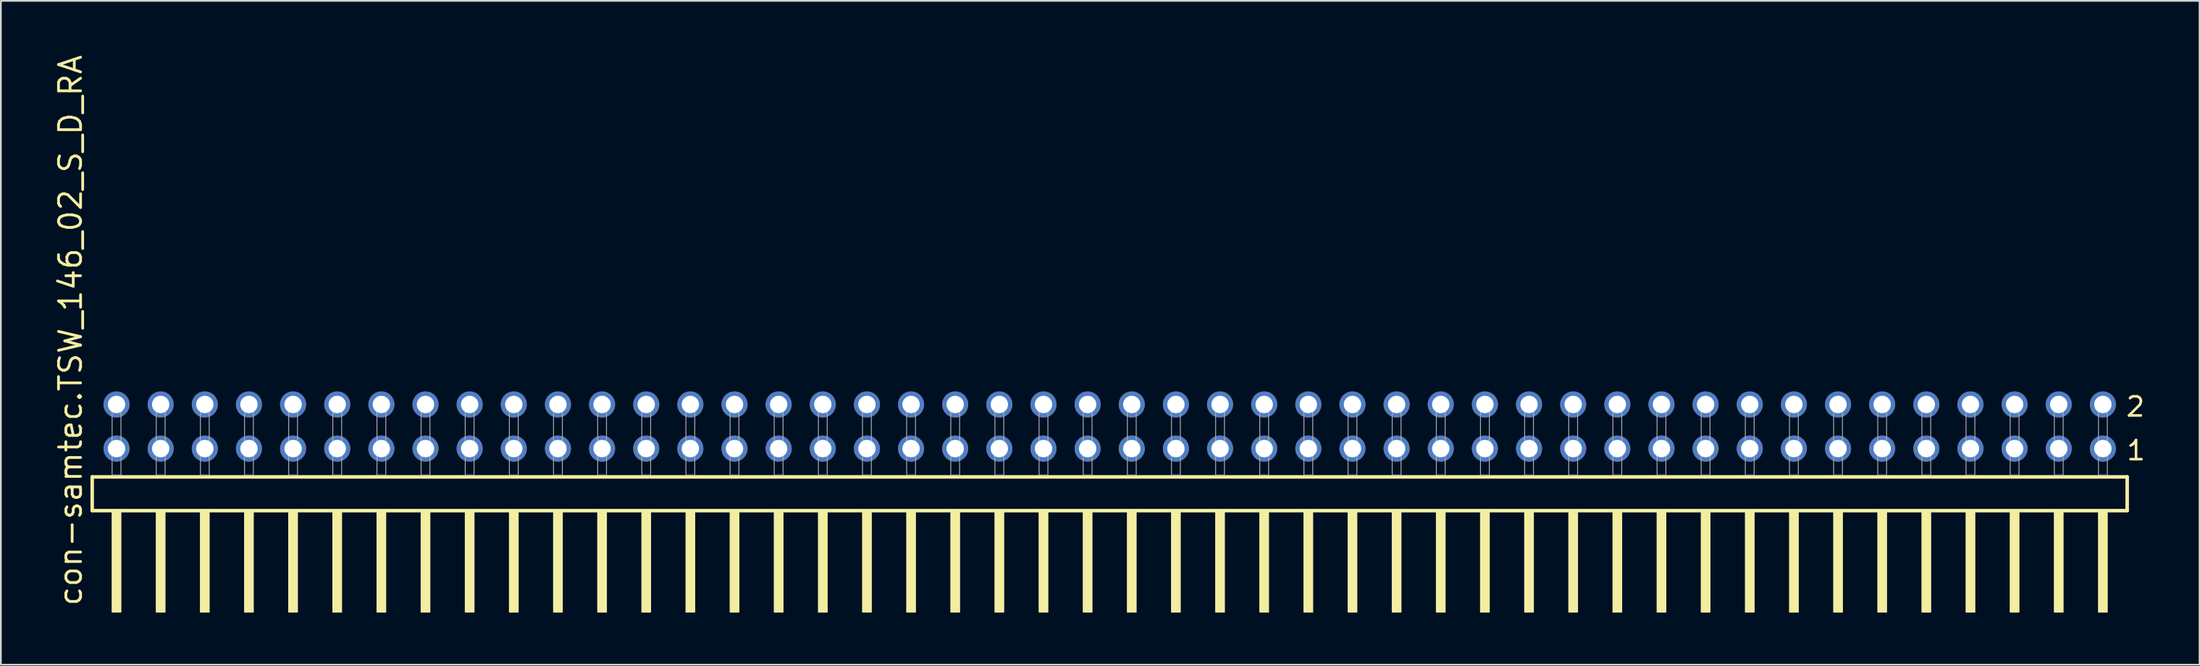
<source format=kicad_pcb>
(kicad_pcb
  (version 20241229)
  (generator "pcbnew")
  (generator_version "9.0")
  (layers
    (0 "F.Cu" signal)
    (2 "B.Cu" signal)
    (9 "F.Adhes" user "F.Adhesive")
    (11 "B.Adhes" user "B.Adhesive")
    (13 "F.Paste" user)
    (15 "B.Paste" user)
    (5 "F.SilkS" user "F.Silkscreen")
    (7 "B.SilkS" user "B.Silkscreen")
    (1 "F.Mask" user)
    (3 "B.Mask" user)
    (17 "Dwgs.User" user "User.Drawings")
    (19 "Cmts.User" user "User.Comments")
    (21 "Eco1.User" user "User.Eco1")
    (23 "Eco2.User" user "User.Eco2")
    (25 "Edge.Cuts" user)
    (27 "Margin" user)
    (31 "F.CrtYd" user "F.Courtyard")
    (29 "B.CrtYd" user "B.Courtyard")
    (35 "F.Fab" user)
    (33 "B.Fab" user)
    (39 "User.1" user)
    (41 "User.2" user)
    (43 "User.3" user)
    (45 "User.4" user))
  (footprint "con-samtec.TSW_146_02_S_D_RA"
    (layer "F.Cu")
    (at 60.805 24.296)
    (property "Reference" "con-samtec.TSW_146_02_S_D_RA" (at -59.055 7.62 90) (layer "F.SilkS") (effects (font (size 1.27 1.27) (thickness 0.16)) (justify left bottom)))
    (attr through_hole)
    (fp_line (start -58.549 0.106) (end -58.549 2.046) (stroke (width 0.203) (type default)) (layer "F.SilkS"))
    (fp_line (start -58.549 2.046) (end 58.549 2.046) (stroke (width 0.203) (type default)) (layer "F.SilkS"))
    (fp_line (start 58.549 0.106) (end -58.549 0.106) (stroke (width 0.203) (type default)) (layer "F.SilkS"))
    (fp_line (start 58.549 2.046) (end 58.549 0.106) (stroke (width 0.203) (type default)) (layer "F.SilkS"))
    (fp_rect (start -57.404 7.89) (end -56.896 2.04) (stroke (width 0.05) (type default)) (fill yes) (layer "F.SilkS"))
    (fp_rect (start -54.864 7.89) (end -54.356 2.04) (stroke (width 0.05) (type default)) (fill yes) (layer "F.SilkS"))
    (fp_rect (start -52.324 7.89) (end -51.816 2.04) (stroke (width 0.05) (type default)) (fill yes) (layer "F.SilkS"))
    (fp_rect (start -49.784 7.89) (end -49.276 2.04) (stroke (width 0.05) (type default)) (fill yes) (layer "F.SilkS"))
    (fp_rect (start -47.244 7.89) (end -46.736 2.04) (stroke (width 0.05) (type default)) (fill yes) (layer "F.SilkS"))
    (fp_rect (start -44.704 7.89) (end -44.196 2.04) (stroke (width 0.05) (type default)) (fill yes) (layer "F.SilkS"))
    (fp_rect (start -42.164 7.89) (end -41.656 2.04) (stroke (width 0.05) (type default)) (fill yes) (layer "F.SilkS"))
    (fp_rect (start -39.624 7.89) (end -39.116 2.04) (stroke (width 0.05) (type default)) (fill yes) (layer "F.SilkS"))
    (fp_rect (start -37.084 7.89) (end -36.576 2.04) (stroke (width 0.05) (type default)) (fill yes) (layer "F.SilkS"))
    (fp_rect (start -34.544 7.89) (end -34.036 2.04) (stroke (width 0.05) (type default)) (fill yes) (layer "F.SilkS"))
    (fp_rect (start -32.004 7.89) (end -31.496 2.04) (stroke (width 0.05) (type default)) (fill yes) (layer "F.SilkS"))
    (fp_rect (start -29.464 7.89) (end -28.956 2.04) (stroke (width 0.05) (type default)) (fill yes) (layer "F.SilkS"))
    (fp_rect (start -26.924 7.89) (end -26.416 2.04) (stroke (width 0.05) (type default)) (fill yes) (layer "F.SilkS"))
    (fp_rect (start -24.384 7.89) (end -23.876 2.04) (stroke (width 0.05) (type default)) (fill yes) (layer "F.SilkS"))
    (fp_rect (start -21.844 7.89) (end -21.336 2.04) (stroke (width 0.05) (type default)) (fill yes) (layer "F.SilkS"))
    (fp_rect (start -19.304 7.89) (end -18.796 2.04) (stroke (width 0.05) (type default)) (fill yes) (layer "F.SilkS"))
    (fp_rect (start -16.764 7.89) (end -16.256 2.04) (stroke (width 0.05) (type default)) (fill yes) (layer "F.SilkS"))
    (fp_rect (start -14.224 7.89) (end -13.716 2.04) (stroke (width 0.05) (type default)) (fill yes) (layer "F.SilkS"))
    (fp_rect (start -11.684 7.89) (end -11.176 2.04) (stroke (width 0.05) (type default)) (fill yes) (layer "F.SilkS"))
    (fp_rect (start -9.144 7.89) (end -8.636 2.04) (stroke (width 0.05) (type default)) (fill yes) (layer "F.SilkS"))
    (fp_rect (start -6.604 7.89) (end -6.096 2.04) (stroke (width 0.05) (type default)) (fill yes) (layer "F.SilkS"))
    (fp_rect (start -4.064 7.89) (end -3.556 2.04) (stroke (width 0.05) (type default)) (fill yes) (layer "F.SilkS"))
    (fp_rect (start -1.524 7.89) (end -1.016 2.04) (stroke (width 0.05) (type default)) (fill yes) (layer "F.SilkS"))
    (fp_rect (start 1.016 7.89) (end 1.524 2.04) (stroke (width 0.05) (type default)) (fill yes) (layer "F.SilkS"))
    (fp_rect (start 3.556 7.89) (end 4.064 2.04) (stroke (width 0.05) (type default)) (fill yes) (layer "F.SilkS"))
    (fp_rect (start 6.096 7.89) (end 6.604 2.04) (stroke (width 0.05) (type default)) (fill yes) (layer "F.SilkS"))
    (fp_rect (start 8.636 7.89) (end 9.144 2.04) (stroke (width 0.05) (type default)) (fill yes) (layer "F.SilkS"))
    (fp_rect (start 11.176 7.89) (end 11.684 2.04) (stroke (width 0.05) (type default)) (fill yes) (layer "F.SilkS"))
    (fp_rect (start 13.716 7.89) (end 14.224 2.04) (stroke (width 0.05) (type default)) (fill yes) (layer "F.SilkS"))
    (fp_rect (start 16.256 7.89) (end 16.764 2.04) (stroke (width 0.05) (type default)) (fill yes) (layer "F.SilkS"))
    (fp_rect (start 18.796 7.89) (end 19.304 2.04) (stroke (width 0.05) (type default)) (fill yes) (layer "F.SilkS"))
    (fp_rect (start 21.336 7.89) (end 21.844 2.04) (stroke (width 0.05) (type default)) (fill yes) (layer "F.SilkS"))
    (fp_rect (start 23.876 7.89) (end 24.384 2.04) (stroke (width 0.05) (type default)) (fill yes) (layer "F.SilkS"))
    (fp_rect (start 26.416 7.89) (end 26.924 2.04) (stroke (width 0.05) (type default)) (fill yes) (layer "F.SilkS"))
    (fp_rect (start 28.956 7.89) (end 29.464 2.04) (stroke (width 0.05) (type default)) (fill yes) (layer "F.SilkS"))
    (fp_rect (start 31.496 7.89) (end 32.004 2.04) (stroke (width 0.05) (type default)) (fill yes) (layer "F.SilkS"))
    (fp_rect (start 34.036 7.89) (end 34.544 2.04) (stroke (width 0.05) (type default)) (fill yes) (layer "F.SilkS"))
    (fp_rect (start 36.576 7.89) (end 37.084 2.04) (stroke (width 0.05) (type default)) (fill yes) (layer "F.SilkS"))
    (fp_rect (start 39.116 7.89) (end 39.624 2.04) (stroke (width 0.05) (type default)) (fill yes) (layer "F.SilkS"))
    (fp_rect (start 41.656 7.89) (end 42.164 2.04) (stroke (width 0.05) (type default)) (fill yes) (layer "F.SilkS"))
    (fp_rect (start 44.196 7.89) (end 44.704 2.04) (stroke (width 0.05) (type default)) (fill yes) (layer "F.SilkS"))
    (fp_rect (start 46.736 7.89) (end 47.244 2.04) (stroke (width 0.05) (type default)) (fill yes) (layer "F.SilkS"))
    (fp_rect (start 49.276 7.89) (end 49.784 2.04) (stroke (width 0.05) (type default)) (fill yes) (layer "F.SilkS"))
    (fp_rect (start 51.816 7.89) (end 52.324 2.04) (stroke (width 0.05) (type default)) (fill yes) (layer "F.SilkS"))
    (fp_rect (start 54.356 7.89) (end 54.864 2.04) (stroke (width 0.05) (type default)) (fill yes) (layer "F.SilkS"))
    (fp_rect (start 56.896 7.89) (end 57.404 2.04) (stroke (width 0.05) (type default)) (fill yes) (layer "F.SilkS"))
    (fp_rect (start -57.404 0) (end -56.896 -4.318) (stroke (width 0.05) (type default)) (fill no) (layer "F.Fab"))
    (fp_rect (start -54.864 0) (end -54.356 -4.318) (stroke (width 0.05) (type default)) (fill no) (layer "F.Fab"))
    (fp_rect (start -52.324 0) (end -51.816 -4.318) (stroke (width 0.05) (type default)) (fill no) (layer "F.Fab"))
    (fp_rect (start -49.784 0) (end -49.276 -4.318) (stroke (width 0.05) (type default)) (fill no) (layer "F.Fab"))
    (fp_rect (start -47.244 0) (end -46.736 -4.318) (stroke (width 0.05) (type default)) (fill no) (layer "F.Fab"))
    (fp_rect (start -44.704 0) (end -44.196 -4.318) (stroke (width 0.05) (type default)) (fill no) (layer "F.Fab"))
    (fp_rect (start -42.164 0) (end -41.656 -4.318) (stroke (width 0.05) (type default)) (fill no) (layer "F.Fab"))
    (fp_rect (start -39.624 0) (end -39.116 -4.318) (stroke (width 0.05) (type default)) (fill no) (layer "F.Fab"))
    (fp_rect (start -37.084 0) (end -36.576 -4.318) (stroke (width 0.05) (type default)) (fill no) (layer "F.Fab"))
    (fp_rect (start -34.544 0) (end -34.036 -4.318) (stroke (width 0.05) (type default)) (fill no) (layer "F.Fab"))
    (fp_rect (start -32.004 0) (end -31.496 -4.318) (stroke (width 0.05) (type default)) (fill no) (layer "F.Fab"))
    (fp_rect (start -29.464 0) (end -28.956 -4.318) (stroke (width 0.05) (type default)) (fill no) (layer "F.Fab"))
    (fp_rect (start -26.924 0) (end -26.416 -4.318) (stroke (width 0.05) (type default)) (fill no) (layer "F.Fab"))
    (fp_rect (start -24.384 0) (end -23.876 -4.318) (stroke (width 0.05) (type default)) (fill no) (layer "F.Fab"))
    (fp_rect (start -21.844 0) (end -21.336 -4.318) (stroke (width 0.05) (type default)) (fill no) (layer "F.Fab"))
    (fp_rect (start -19.304 0) (end -18.796 -4.318) (stroke (width 0.05) (type default)) (fill no) (layer "F.Fab"))
    (fp_rect (start -16.764 0) (end -16.256 -4.318) (stroke (width 0.05) (type default)) (fill no) (layer "F.Fab"))
    (fp_rect (start -14.224 0) (end -13.716 -4.318) (stroke (width 0.05) (type default)) (fill no) (layer "F.Fab"))
    (fp_rect (start -11.684 0) (end -11.176 -4.318) (stroke (width 0.05) (type default)) (fill no) (layer "F.Fab"))
    (fp_rect (start -9.144 0) (end -8.636 -4.318) (stroke (width 0.05) (type default)) (fill no) (layer "F.Fab"))
    (fp_rect (start -6.604 0) (end -6.096 -4.318) (stroke (width 0.05) (type default)) (fill no) (layer "F.Fab"))
    (fp_rect (start -4.064 0) (end -3.556 -4.318) (stroke (width 0.05) (type default)) (fill no) (layer "F.Fab"))
    (fp_rect (start -1.524 0) (end -1.016 -4.318) (stroke (width 0.05) (type default)) (fill no) (layer "F.Fab"))
    (fp_rect (start 1.016 0) (end 1.524 -4.318) (stroke (width 0.05) (type default)) (fill no) (layer "F.Fab"))
    (fp_rect (start 3.556 0) (end 4.064 -4.318) (stroke (width 0.05) (type default)) (fill no) (layer "F.Fab"))
    (fp_rect (start 6.096 0) (end 6.604 -4.318) (stroke (width 0.05) (type default)) (fill no) (layer "F.Fab"))
    (fp_rect (start 8.636 0) (end 9.144 -4.318) (stroke (width 0.05) (type default)) (fill no) (layer "F.Fab"))
    (fp_rect (start 11.176 0) (end 11.684 -4.318) (stroke (width 0.05) (type default)) (fill no) (layer "F.Fab"))
    (fp_rect (start 13.716 0) (end 14.224 -4.318) (stroke (width 0.05) (type default)) (fill no) (layer "F.Fab"))
    (fp_rect (start 16.256 0) (end 16.764 -4.318) (stroke (width 0.05) (type default)) (fill no) (layer "F.Fab"))
    (fp_rect (start 18.796 0) (end 19.304 -4.318) (stroke (width 0.05) (type default)) (fill no) (layer "F.Fab"))
    (fp_rect (start 21.336 0) (end 21.844 -4.318) (stroke (width 0.05) (type default)) (fill no) (layer "F.Fab"))
    (fp_rect (start 23.876 0) (end 24.384 -4.318) (stroke (width 0.05) (type default)) (fill no) (layer "F.Fab"))
    (fp_rect (start 26.416 0) (end 26.924 -4.318) (stroke (width 0.05) (type default)) (fill no) (layer "F.Fab"))
    (fp_rect (start 28.956 0) (end 29.464 -4.318) (stroke (width 0.05) (type default)) (fill no) (layer "F.Fab"))
    (fp_rect (start 31.496 0) (end 32.004 -4.318) (stroke (width 0.05) (type default)) (fill no) (layer "F.Fab"))
    (fp_rect (start 34.036 0) (end 34.544 -4.318) (stroke (width 0.05) (type default)) (fill no) (layer "F.Fab"))
    (fp_rect (start 36.576 0) (end 37.084 -4.318) (stroke (width 0.05) (type default)) (fill no) (layer "F.Fab"))
    (fp_rect (start 39.116 0) (end 39.624 -4.318) (stroke (width 0.05) (type default)) (fill no) (layer "F.Fab"))
    (fp_rect (start 41.656 0) (end 42.164 -4.318) (stroke (width 0.05) (type default)) (fill no) (layer "F.Fab"))
    (fp_rect (start 44.196 0) (end 44.704 -4.318) (stroke (width 0.05) (type default)) (fill no) (layer "F.Fab"))
    (fp_rect (start 46.736 0) (end 47.244 -4.318) (stroke (width 0.05) (type default)) (fill no) (layer "F.Fab"))
    (fp_rect (start 49.276 0) (end 49.784 -4.318) (stroke (width 0.05) (type default)) (fill no) (layer "F.Fab"))
    (fp_rect (start 51.816 0) (end 52.324 -4.318) (stroke (width 0.05) (type default)) (fill no) (layer "F.Fab"))
    (fp_rect (start 54.356 0) (end 54.864 -4.318) (stroke (width 0.05) (type default)) (fill no) (layer "F.Fab"))
    (fp_rect (start 56.896 0) (end 57.404 -4.318) (stroke (width 0.05) (type default)) (fill no) (layer "F.Fab"))
    (fp_text user "2" (at 58.4 -3.29 0) (layer "F.SilkS") (effects (font (size 1.1 1.1) (thickness 0.15)) (justify left bottom)))
    (fp_text user "1" (at 58.435 -0.775 0) (layer "F.SilkS") (effects (font (size 1.1 1.1) (thickness 0.15)) (justify left bottom)))
    (pad "1" thru_hole circle (at 57.15 -1.524 180) (size 1.5 1.5) (drill 1) (layers "*.Cu" "*.Mask"))
    (pad "2" thru_hole circle (at 57.15 -4.064 180) (size 1.5 1.5) (drill 1) (layers "*.Cu" "*.Mask"))
    (pad "3" thru_hole circle (at 54.61 -1.524 180) (size 1.5 1.5) (drill 1) (layers "*.Cu" "*.Mask"))
    (pad "4" thru_hole circle (at 54.61 -4.064 180) (size 1.5 1.5) (drill 1) (layers "*.Cu" "*.Mask"))
    (pad "5" thru_hole circle (at 52.07 -1.524 180) (size 1.5 1.5) (drill 1) (layers "*.Cu" "*.Mask"))
    (pad "6" thru_hole circle (at 52.07 -4.064 180) (size 1.5 1.5) (drill 1) (layers "*.Cu" "*.Mask"))
    (pad "7" thru_hole circle (at 49.53 -1.524 180) (size 1.5 1.5) (drill 1) (layers "*.Cu" "*.Mask"))
    (pad "8" thru_hole circle (at 49.53 -4.064 180) (size 1.5 1.5) (drill 1) (layers "*.Cu" "*.Mask"))
    (pad "9" thru_hole circle (at 46.99 -1.524 180) (size 1.5 1.5) (drill 1) (layers "*.Cu" "*.Mask"))
    (pad "10" thru_hole circle (at 46.99 -4.064 180) (size 1.5 1.5) (drill 1) (layers "*.Cu" "*.Mask"))
    (pad "11" thru_hole circle (at 44.45 -1.524 180) (size 1.5 1.5) (drill 1) (layers "*.Cu" "*.Mask"))
    (pad "12" thru_hole circle (at 44.45 -4.064 180) (size 1.5 1.5) (drill 1) (layers "*.Cu" "*.Mask"))
    (pad "13" thru_hole circle (at 41.91 -1.524 180) (size 1.5 1.5) (drill 1) (layers "*.Cu" "*.Mask"))
    (pad "14" thru_hole circle (at 41.91 -4.064 180) (size 1.5 1.5) (drill 1) (layers "*.Cu" "*.Mask"))
    (pad "15" thru_hole circle (at 39.37 -1.524 180) (size 1.5 1.5) (drill 1) (layers "*.Cu" "*.Mask"))
    (pad "16" thru_hole circle (at 39.37 -4.064 180) (size 1.5 1.5) (drill 1) (layers "*.Cu" "*.Mask"))
    (pad "17" thru_hole circle (at 36.83 -1.524 180) (size 1.5 1.5) (drill 1) (layers "*.Cu" "*.Mask"))
    (pad "18" thru_hole circle (at 36.83 -4.064 180) (size 1.5 1.5) (drill 1) (layers "*.Cu" "*.Mask"))
    (pad "19" thru_hole circle (at 34.29 -1.524 180) (size 1.5 1.5) (drill 1) (layers "*.Cu" "*.Mask"))
    (pad "20" thru_hole circle (at 34.29 -4.064 180) (size 1.5 1.5) (drill 1) (layers "*.Cu" "*.Mask"))
    (pad "21" thru_hole circle (at 31.75 -1.524 180) (size 1.5 1.5) (drill 1) (layers "*.Cu" "*.Mask"))
    (pad "22" thru_hole circle (at 31.75 -4.064 180) (size 1.5 1.5) (drill 1) (layers "*.Cu" "*.Mask"))
    (pad "23" thru_hole circle (at 29.21 -1.524 180) (size 1.5 1.5) (drill 1) (layers "*.Cu" "*.Mask"))
    (pad "24" thru_hole circle (at 29.21 -4.064 180) (size 1.5 1.5) (drill 1) (layers "*.Cu" "*.Mask"))
    (pad "25" thru_hole circle (at 26.67 -1.524 180) (size 1.5 1.5) (drill 1) (layers "*.Cu" "*.Mask"))
    (pad "26" thru_hole circle (at 26.67 -4.064 180) (size 1.5 1.5) (drill 1) (layers "*.Cu" "*.Mask"))
    (pad "27" thru_hole circle (at 24.13 -1.524 180) (size 1.5 1.5) (drill 1) (layers "*.Cu" "*.Mask"))
    (pad "28" thru_hole circle (at 24.13 -4.064 180) (size 1.5 1.5) (drill 1) (layers "*.Cu" "*.Mask"))
    (pad "29" thru_hole circle (at 21.59 -1.524 180) (size 1.5 1.5) (drill 1) (layers "*.Cu" "*.Mask"))
    (pad "30" thru_hole circle (at 21.59 -4.064 180) (size 1.5 1.5) (drill 1) (layers "*.Cu" "*.Mask"))
    (pad "31" thru_hole circle (at 19.05 -1.524 180) (size 1.5 1.5) (drill 1) (layers "*.Cu" "*.Mask"))
    (pad "32" thru_hole circle (at 19.05 -4.064 180) (size 1.5 1.5) (drill 1) (layers "*.Cu" "*.Mask"))
    (pad "33" thru_hole circle (at 16.51 -1.524 180) (size 1.5 1.5) (drill 1) (layers "*.Cu" "*.Mask"))
    (pad "34" thru_hole circle (at 16.51 -4.064 180) (size 1.5 1.5) (drill 1) (layers "*.Cu" "*.Mask"))
    (pad "35" thru_hole circle (at 13.97 -1.524 180) (size 1.5 1.5) (drill 1) (layers "*.Cu" "*.Mask"))
    (pad "36" thru_hole circle (at 13.97 -4.064 180) (size 1.5 1.5) (drill 1) (layers "*.Cu" "*.Mask"))
    (pad "37" thru_hole circle (at 11.43 -1.524 180) (size 1.5 1.5) (drill 1) (layers "*.Cu" "*.Mask"))
    (pad "38" thru_hole circle (at 11.43 -4.064 180) (size 1.5 1.5) (drill 1) (layers "*.Cu" "*.Mask"))
    (pad "39" thru_hole circle (at 8.89 -1.524 180) (size 1.5 1.5) (drill 1) (layers "*.Cu" "*.Mask"))
    (pad "40" thru_hole circle (at 8.89 -4.064 180) (size 1.5 1.5) (drill 1) (layers "*.Cu" "*.Mask"))
    (pad "41" thru_hole circle (at 6.35 -1.524 180) (size 1.5 1.5) (drill 1) (layers "*.Cu" "*.Mask"))
    (pad "42" thru_hole circle (at 6.35 -4.064 180) (size 1.5 1.5) (drill 1) (layers "*.Cu" "*.Mask"))
    (pad "43" thru_hole circle (at 3.81 -1.524 180) (size 1.5 1.5) (drill 1) (layers "*.Cu" "*.Mask"))
    (pad "44" thru_hole circle (at 3.81 -4.064 180) (size 1.5 1.5) (drill 1) (layers "*.Cu" "*.Mask"))
    (pad "45" thru_hole circle (at 1.27 -1.524 180) (size 1.5 1.5) (drill 1) (layers "*.Cu" "*.Mask"))
    (pad "46" thru_hole circle (at 1.27 -4.064 180) (size 1.5 1.5) (drill 1) (layers "*.Cu" "*.Mask"))
    (pad "47" thru_hole circle (at -1.27 -1.524 180) (size 1.5 1.5) (drill 1) (layers "*.Cu" "*.Mask"))
    (pad "48" thru_hole circle (at -1.27 -4.064 180) (size 1.5 1.5) (drill 1) (layers "*.Cu" "*.Mask"))
    (pad "49" thru_hole circle (at -3.81 -1.524 180) (size 1.5 1.5) (drill 1) (layers "*.Cu" "*.Mask"))
    (pad "50" thru_hole circle (at -3.81 -4.064 180) (size 1.5 1.5) (drill 1) (layers "*.Cu" "*.Mask"))
    (pad "51" thru_hole circle (at -6.35 -1.524 180) (size 1.5 1.5) (drill 1) (layers "*.Cu" "*.Mask"))
    (pad "52" thru_hole circle (at -6.35 -4.064 180) (size 1.5 1.5) (drill 1) (layers "*.Cu" "*.Mask"))
    (pad "53" thru_hole circle (at -8.89 -1.524 180) (size 1.5 1.5) (drill 1) (layers "*.Cu" "*.Mask"))
    (pad "54" thru_hole circle (at -8.89 -4.064 180) (size 1.5 1.5) (drill 1) (layers "*.Cu" "*.Mask"))
    (pad "55" thru_hole circle (at -11.43 -1.524 180) (size 1.5 1.5) (drill 1) (layers "*.Cu" "*.Mask"))
    (pad "56" thru_hole circle (at -11.43 -4.064 180) (size 1.5 1.5) (drill 1) (layers "*.Cu" "*.Mask"))
    (pad "57" thru_hole circle (at -13.97 -1.524 180) (size 1.5 1.5) (drill 1) (layers "*.Cu" "*.Mask"))
    (pad "58" thru_hole circle (at -13.97 -4.064 180) (size 1.5 1.5) (drill 1) (layers "*.Cu" "*.Mask"))
    (pad "59" thru_hole circle (at -16.51 -1.524 180) (size 1.5 1.5) (drill 1) (layers "*.Cu" "*.Mask"))
    (pad "60" thru_hole circle (at -16.51 -4.064 180) (size 1.5 1.5) (drill 1) (layers "*.Cu" "*.Mask"))
    (pad "61" thru_hole circle (at -19.05 -1.524 180) (size 1.5 1.5) (drill 1) (layers "*.Cu" "*.Mask"))
    (pad "62" thru_hole circle (at -19.05 -4.064 180) (size 1.5 1.5) (drill 1) (layers "*.Cu" "*.Mask"))
    (pad "63" thru_hole circle (at -21.59 -1.524 180) (size 1.5 1.5) (drill 1) (layers "*.Cu" "*.Mask"))
    (pad "64" thru_hole circle (at -21.59 -4.064 180) (size 1.5 1.5) (drill 1) (layers "*.Cu" "*.Mask"))
    (pad "65" thru_hole circle (at -24.13 -1.524 180) (size 1.5 1.5) (drill 1) (layers "*.Cu" "*.Mask"))
    (pad "66" thru_hole circle (at -24.13 -4.064 180) (size 1.5 1.5) (drill 1) (layers "*.Cu" "*.Mask"))
    (pad "67" thru_hole circle (at -26.67 -1.524 180) (size 1.5 1.5) (drill 1) (layers "*.Cu" "*.Mask"))
    (pad "68" thru_hole circle (at -26.67 -4.064 180) (size 1.5 1.5) (drill 1) (layers "*.Cu" "*.Mask"))
    (pad "69" thru_hole circle (at -29.21 -1.524 180) (size 1.5 1.5) (drill 1) (layers "*.Cu" "*.Mask"))
    (pad "70" thru_hole circle (at -29.21 -4.064 180) (size 1.5 1.5) (drill 1) (layers "*.Cu" "*.Mask"))
    (pad "71" thru_hole circle (at -31.75 -1.524 180) (size 1.5 1.5) (drill 1) (layers "*.Cu" "*.Mask"))
    (pad "72" thru_hole circle (at -31.75 -4.064 180) (size 1.5 1.5) (drill 1) (layers "*.Cu" "*.Mask"))
    (pad "73" thru_hole circle (at -34.29 -1.524 180) (size 1.5 1.5) (drill 1) (layers "*.Cu" "*.Mask"))
    (pad "74" thru_hole circle (at -34.29 -4.064 180) (size 1.5 1.5) (drill 1) (layers "*.Cu" "*.Mask"))
    (pad "75" thru_hole circle (at -36.83 -1.524 180) (size 1.5 1.5) (drill 1) (layers "*.Cu" "*.Mask"))
    (pad "76" thru_hole circle (at -36.83 -4.064 180) (size 1.5 1.5) (drill 1) (layers "*.Cu" "*.Mask"))
    (pad "77" thru_hole circle (at -39.37 -1.524 180) (size 1.5 1.5) (drill 1) (layers "*.Cu" "*.Mask"))
    (pad "78" thru_hole circle (at -39.37 -4.064 180) (size 1.5 1.5) (drill 1) (layers "*.Cu" "*.Mask"))
    (pad "79" thru_hole circle (at -41.91 -1.524 180) (size 1.5 1.5) (drill 1) (layers "*.Cu" "*.Mask"))
    (pad "80" thru_hole circle (at -41.91 -4.064 180) (size 1.5 1.5) (drill 1) (layers "*.Cu" "*.Mask"))
    (pad "81" thru_hole circle (at -44.45 -1.524 180) (size 1.5 1.5) (drill 1) (layers "*.Cu" "*.Mask"))
    (pad "82" thru_hole circle (at -44.45 -4.064 180) (size 1.5 1.5) (drill 1) (layers "*.Cu" "*.Mask"))
    (pad "83" thru_hole circle (at -46.99 -1.524 180) (size 1.5 1.5) (drill 1) (layers "*.Cu" "*.Mask"))
    (pad "84" thru_hole circle (at -46.99 -4.064 180) (size 1.5 1.5) (drill 1) (layers "*.Cu" "*.Mask"))
    (pad "85" thru_hole circle (at -49.53 -1.524 180) (size 1.5 1.5) (drill 1) (layers "*.Cu" "*.Mask"))
    (pad "86" thru_hole circle (at -49.53 -4.064 180) (size 1.5 1.5) (drill 1) (layers "*.Cu" "*.Mask"))
    (pad "87" thru_hole circle (at -52.07 -1.524 180) (size 1.5 1.5) (drill 1) (layers "*.Cu" "*.Mask"))
    (pad "88" thru_hole circle (at -52.07 -4.064 180) (size 1.5 1.5) (drill 1) (layers "*.Cu" "*.Mask"))
    (pad "89" thru_hole circle (at -54.61 -1.524 180) (size 1.5 1.5) (drill 1) (layers "*.Cu" "*.Mask"))
    (pad "90" thru_hole circle (at -54.61 -4.064 180) (size 1.5 1.5) (drill 1) (layers "*.Cu" "*.Mask"))
    (pad "91" thru_hole circle (at -57.15 -1.524 180) (size 1.5 1.5) (drill 1) (layers "*.Cu" "*.Mask"))
    (pad "92" thru_hole circle (at -57.15 -4.064 180) (size 1.5 1.5) (drill 1) (layers "*.Cu" "*.Mask")))
  (gr_rect
    (start -3 -3)
    (end 123.518 35.211)
    (stroke (width 0.1) (type default))
    (fill no)
    (layer "Edge.Cuts")))
</source>
